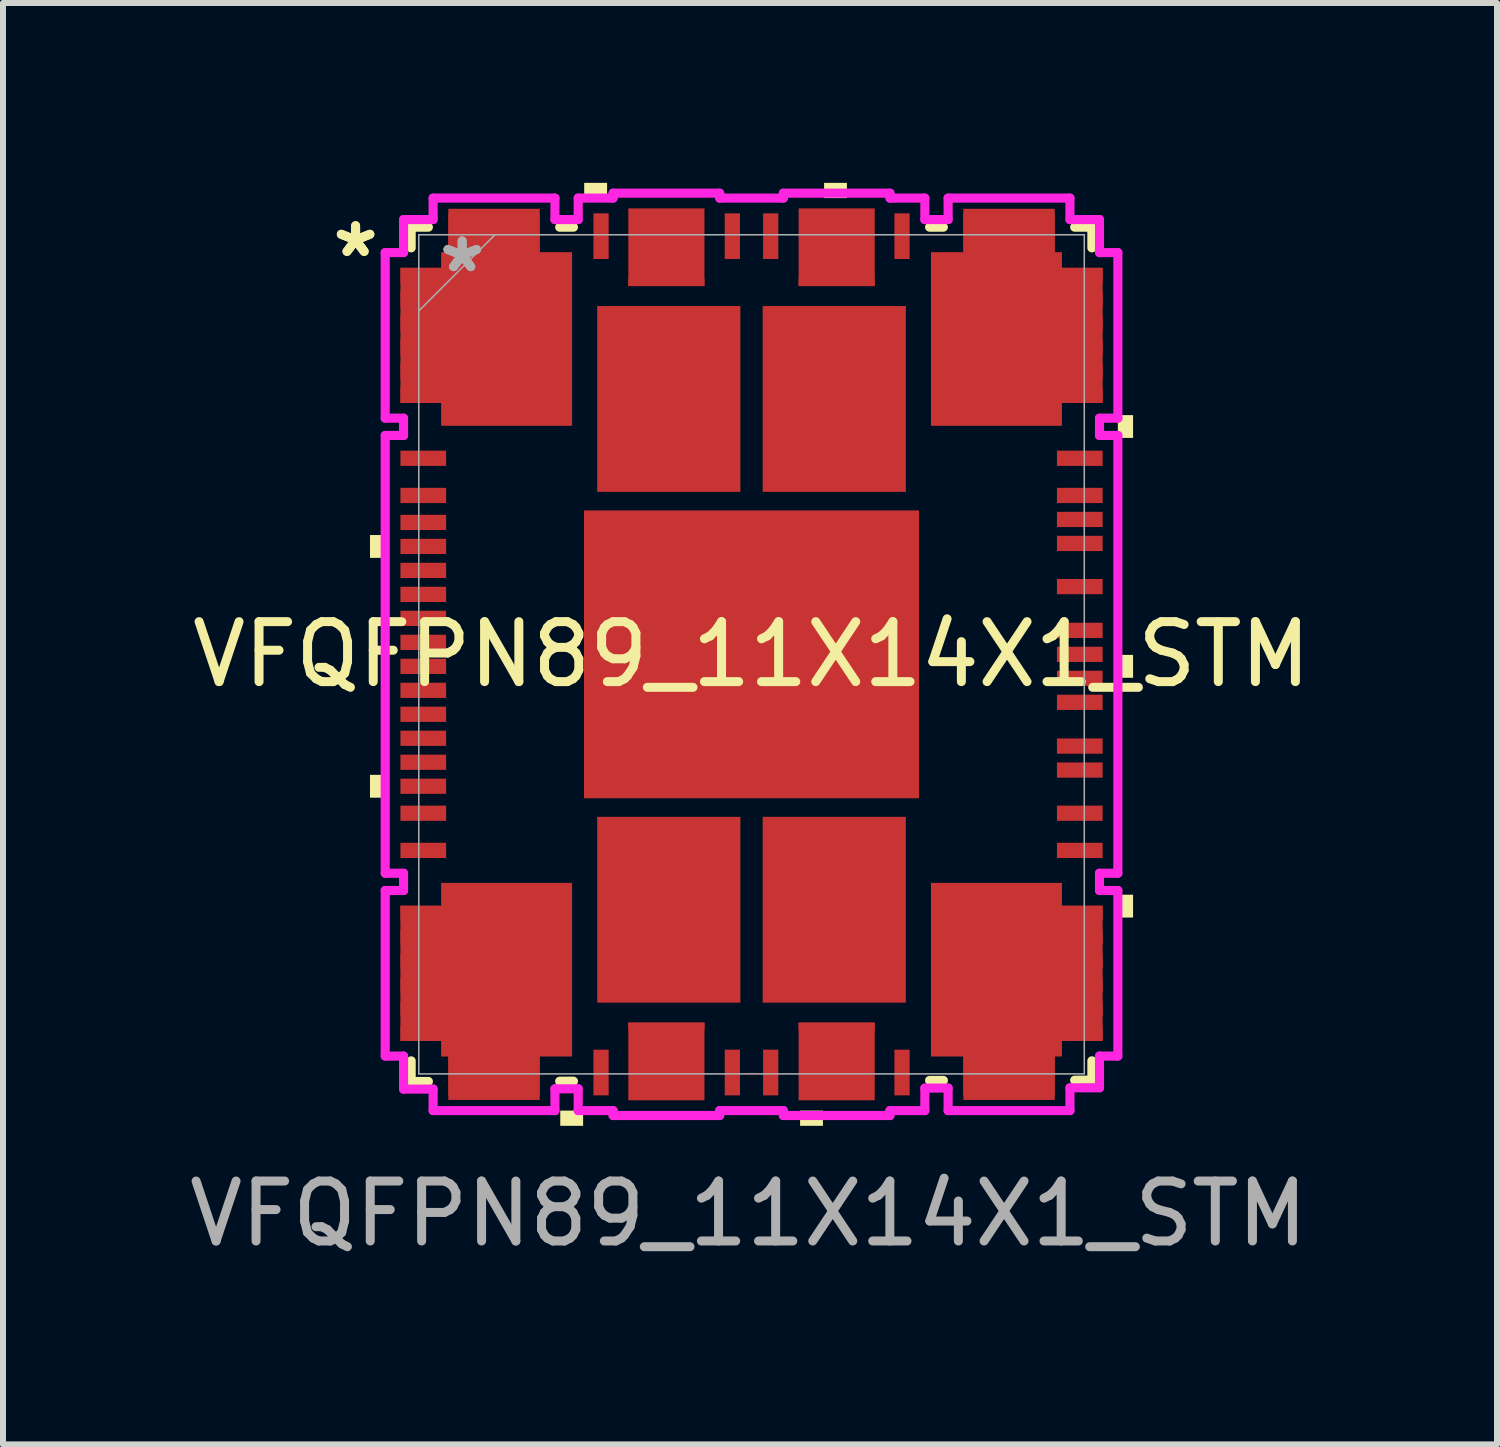
<source format=kicad_pcb>
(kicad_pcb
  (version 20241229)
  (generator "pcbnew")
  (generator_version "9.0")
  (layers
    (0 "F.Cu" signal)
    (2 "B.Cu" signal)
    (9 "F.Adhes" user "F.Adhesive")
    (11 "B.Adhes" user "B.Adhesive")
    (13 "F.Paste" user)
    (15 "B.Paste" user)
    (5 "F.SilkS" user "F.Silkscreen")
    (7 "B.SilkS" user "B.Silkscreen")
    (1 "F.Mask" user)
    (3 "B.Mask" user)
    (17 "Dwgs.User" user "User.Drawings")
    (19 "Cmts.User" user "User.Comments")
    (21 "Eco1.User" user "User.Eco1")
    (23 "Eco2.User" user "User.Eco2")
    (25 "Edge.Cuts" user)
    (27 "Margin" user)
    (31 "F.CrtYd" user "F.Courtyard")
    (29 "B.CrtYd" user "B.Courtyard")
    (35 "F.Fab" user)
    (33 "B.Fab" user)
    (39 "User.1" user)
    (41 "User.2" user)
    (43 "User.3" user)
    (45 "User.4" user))
  (footprint "VFQFPN89_11X14X1_STM"
    (layer "F.Cu")
    (at 9.485 7.864)
    (property "Reference" "VFQFPN89_11X14X1_STM" (at 0 0 0) (unlocked yes) (layer "F.SilkS") (effects (font (size 1 1) (thickness 0.15))))
    (attr smd)
    (fp_poly (pts (xy -0.785 -6.142) (xy -2.055 -6.142) (xy -2.055 -7.438) (xy -0.785 -7.438)) (stroke (width 0) (type solid)) (fill yes) (layer "F.Cu"))
    (fp_poly (pts (xy -0.785 6.142) (xy -2.055 6.142) (xy -2.055 7.438) (xy -0.785 7.438)) (stroke (width 0) (type solid)) (fill yes) (layer "F.Cu"))
    (fp_poly (pts (xy 0.785 -6.142) (xy 2.055 -6.142) (xy 2.055 -7.438) (xy 0.785 -7.438)) (stroke (width 0) (type solid)) (fill yes) (layer "F.Cu"))
    (fp_poly (pts (xy 0.785 6.142) (xy 2.055 6.142) (xy 2.055 7.438) (xy 0.785 7.438)) (stroke (width 0) (type solid)) (fill yes) (layer "F.Cu"))
    (fp_poly (pts (xy -5.057 -7.432) (xy -5.057 -6.708) (xy -5.177 -6.708) (xy -5.177 -6.447) (xy -5.856 -6.447) (xy -5.856 -4.193) (xy -5.177 -4.193) (xy -5.177 -3.812) (xy -2.993 -3.812) (xy -2.993 -6.708) (xy -3.533 -6.708) (xy -3.533 -7.432)) (stroke (width 0) (type solid)) (fill yes) (layer "F.Cu"))
    (fp_poly (pts (xy -5.057 7.432) (xy -5.057 6.708) (xy -5.177 6.708) (xy -5.177 6.447) (xy -5.856 6.447) (xy -5.856 4.193) (xy -5.177 4.193) (xy -5.177 3.812) (xy -2.993 3.812) (xy -2.993 6.708) (xy -3.533 6.708) (xy -3.533 7.432)) (stroke (width 0) (type solid)) (fill yes) (layer "F.Cu"))
    (fp_poly (pts (xy 5.057 -7.432) (xy 5.057 -6.708) (xy 5.177 -6.708) (xy 5.177 -6.447) (xy 5.856 -6.447) (xy 5.856 -4.193) (xy 5.177 -4.193) (xy 5.177 -3.812) (xy 2.993 -3.812) (xy 2.993 -6.708) (xy 3.533 -6.708) (xy 3.533 -7.432)) (stroke (width 0) (type solid)) (fill yes) (layer "F.Cu"))
    (fp_poly (pts (xy 5.057 7.432) (xy 5.057 6.708) (xy 5.177 6.708) (xy 5.177 6.447) (xy 5.856 6.447) (xy 5.856 4.193) (xy 5.177 4.193) (xy 5.177 3.812) (xy 2.993 3.812) (xy 2.993 6.708) (xy 3.533 6.708) (xy 3.533 7.432)) (stroke (width 0) (type solid)) (fill yes) (layer "F.Cu"))
    (fp_line (start -5.677 -7.125) (end -5.39 -7.125) (stroke (width 0.152) (type solid)) (layer "F.SilkS"))
    (fp_line (start -5.677 -6.78) (end -5.677 -7.125) (stroke (width 0.152) (type solid)) (layer "F.SilkS"))
    (fp_line (start -5.677 7.125) (end -5.677 6.78) (stroke (width 0.152) (type solid)) (layer "F.SilkS"))
    (fp_line (start -5.39 7.124) (end -5.677 7.125) (stroke (width 0.152) (type solid)) (layer "F.SilkS"))
    (fp_line (start -3.2 -7.125) (end -2.97 -7.125) (stroke (width 0.152) (type solid)) (layer "F.SilkS"))
    (fp_line (start -2.97 7.119) (end -3.2 7.12) (stroke (width 0.152) (type solid)) (layer "F.SilkS"))
    (fp_line (start 2.97 -7.125) (end 3.2 -7.125) (stroke (width 0.152) (type solid)) (layer "F.SilkS"))
    (fp_line (start 3.2 7.107) (end 2.97 7.107) (stroke (width 0.152) (type solid)) (layer "F.SilkS"))
    (fp_line (start 5.39 -7.125) (end 5.677 -7.125) (stroke (width 0.152) (type solid)) (layer "F.SilkS"))
    (fp_line (start 5.677 -7.125) (end 5.677 -6.78) (stroke (width 0.152) (type solid)) (layer "F.SilkS"))
    (fp_line (start 5.677 6.78) (end 5.677 7.102) (stroke (width 0.152) (type solid)) (layer "F.SilkS"))
    (fp_line (start 5.677 7.102) (end 5.39 7.103) (stroke (width 0.152) (type solid)) (layer "F.SilkS"))
    (fp_poly (pts (xy -6.364 -1.99) (xy -6.364 -1.609) (xy -6.11 -1.609) (xy -6.11 -1.99)) (stroke (width 0) (type solid)) (fill yes) (layer "F.SilkS"))
    (fp_poly (pts (xy -6.364 2.01) (xy -6.364 2.391) (xy -6.11 2.391) (xy -6.11 2.01)) (stroke (width 0) (type solid)) (fill yes) (layer "F.SilkS"))
    (fp_poly (pts (xy -3.19 7.61) (xy -3.19 7.864) (xy -2.809 7.864) (xy -2.809 7.61)) (stroke (width 0) (type solid)) (fill yes) (layer "F.SilkS"))
    (fp_poly (pts (xy -2.791 -7.61) (xy -2.791 -7.864) (xy -2.409 -7.864) (xy -2.409 -7.61)) (stroke (width 0) (type solid)) (fill yes) (layer "F.SilkS"))
    (fp_poly (pts (xy 0.81 7.61) (xy 0.81 7.864) (xy 1.191 7.864) (xy 1.191 7.61)) (stroke (width 0) (type solid)) (fill yes) (layer "F.SilkS"))
    (fp_poly (pts (xy 1.21 -7.61) (xy 1.21 -7.864) (xy 1.591 -7.864) (xy 1.591 -7.61)) (stroke (width 0) (type solid)) (fill yes) (layer "F.SilkS"))
    (fp_poly (pts (xy 6.364 -3.99) (xy 6.364 -3.61) (xy 6.11 -3.61) (xy 6.11 -3.99)) (stroke (width 0) (type solid)) (fill yes) (layer "F.SilkS"))
    (fp_poly (pts (xy 6.364 0.009) (xy 6.364 0.391) (xy 6.11 0.391) (xy 6.11 0.009)) (stroke (width 0) (type solid)) (fill yes) (layer "F.SilkS"))
    (fp_poly (pts (xy 6.364 4.009) (xy 6.364 4.39) (xy 6.11 4.39) (xy 6.11 4.009)) (stroke (width 0) (type solid)) (fill yes) (layer "F.SilkS"))
    (fp_poly (pts (xy -2.694 -2.3) (xy -2.694 -0.9) (xy -1.497 -0.9) (xy -1.497 -2.3)) (stroke (width 0) (type solid)) (fill yes) (layer "F.Paste"))
    (fp_poly (pts (xy -2.694 -0.7) (xy -2.694 0.7) (xy -1.497 0.7) (xy -1.497 -0.7)) (stroke (width 0) (type solid)) (fill yes) (layer "F.Paste"))
    (fp_poly (pts (xy -2.694 0.9) (xy -2.694 2.3) (xy -1.497 2.3) (xy -1.497 0.9)) (stroke (width 0) (type solid)) (fill yes) (layer "F.Paste"))
    (fp_poly (pts (xy -1.297 -2.3) (xy -1.297 -0.9) (xy -0.1 -0.9) (xy -0.1 -2.3)) (stroke (width 0) (type solid)) (fill yes) (layer "F.Paste"))
    (fp_poly (pts (xy -1.297 -0.7) (xy -1.297 0.7) (xy -0.1 0.7) (xy -0.1 -0.7)) (stroke (width 0) (type solid)) (fill yes) (layer "F.Paste"))
    (fp_poly (pts (xy -1.297 0.9) (xy -1.297 2.3) (xy -0.1 2.3) (xy -0.1 0.9)) (stroke (width 0) (type solid)) (fill yes) (layer "F.Paste"))
    (fp_poly (pts (xy 0.1 -2.3) (xy 0.1 -0.9) (xy 1.297 -0.9) (xy 1.297 -2.3)) (stroke (width 0) (type solid)) (fill yes) (layer "F.Paste"))
    (fp_poly (pts (xy 0.1 -0.7) (xy 0.1 0.7) (xy 1.297 0.7) (xy 1.297 -0.7)) (stroke (width 0) (type solid)) (fill yes) (layer "F.Paste"))
    (fp_poly (pts (xy 0.1 0.9) (xy 0.1 2.3) (xy 1.297 2.3) (xy 1.297 0.9)) (stroke (width 0) (type solid)) (fill yes) (layer "F.Paste"))
    (fp_poly (pts (xy 1.497 -2.3) (xy 1.497 -0.9) (xy 2.694 -0.9) (xy 2.694 -2.3)) (stroke (width 0) (type solid)) (fill yes) (layer "F.Paste"))
    (fp_poly (pts (xy 1.497 -0.7) (xy 1.497 0.7) (xy 2.694 0.7) (xy 2.694 -0.7)) (stroke (width 0) (type solid)) (fill yes) (layer "F.Paste"))
    (fp_poly (pts (xy 1.497 0.9) (xy 1.497 2.3) (xy 2.694 2.3) (xy 2.694 0.9)) (stroke (width 0) (type solid)) (fill yes) (layer "F.Paste"))
    (fp_line (start -6.11 -6.701) (end -6.11 -3.939) (stroke (width 0.152) (type solid)) (layer "F.CrtYd"))
    (fp_line (start -6.11 -3.939) (end -5.804 -3.939) (stroke (width 0.152) (type solid)) (layer "F.CrtYd"))
    (fp_line (start -6.11 -3.651) (end -6.11 3.651) (stroke (width 0.152) (type solid)) (layer "F.CrtYd"))
    (fp_line (start -6.11 3.651) (end -5.804 3.651) (stroke (width 0.152) (type solid)) (layer "F.CrtYd"))
    (fp_line (start -6.11 3.939) (end -6.11 6.701) (stroke (width 0.152) (type solid)) (layer "F.CrtYd"))
    (fp_line (start -6.11 6.701) (end -5.804 6.701) (stroke (width 0.152) (type solid)) (layer "F.CrtYd"))
    (fp_line (start -5.804 -7.252) (end -5.804 -6.701) (stroke (width 0.152) (type solid)) (layer "F.CrtYd"))
    (fp_line (start -5.804 -6.701) (end -6.11 -6.701) (stroke (width 0.152) (type solid)) (layer "F.CrtYd"))
    (fp_line (start -5.804 -3.939) (end -5.804 -3.651) (stroke (width 0.152) (type solid)) (layer "F.CrtYd"))
    (fp_line (start -5.804 -3.651) (end -6.11 -3.651) (stroke (width 0.152) (type solid)) (layer "F.CrtYd"))
    (fp_line (start -5.804 3.651) (end -5.804 3.939) (stroke (width 0.152) (type solid)) (layer "F.CrtYd"))
    (fp_line (start -5.804 3.939) (end -6.11 3.939) (stroke (width 0.152) (type solid)) (layer "F.CrtYd"))
    (fp_line (start -5.804 6.701) (end -5.804 7.252) (stroke (width 0.152) (type solid)) (layer "F.CrtYd"))
    (fp_line (start -5.804 7.252) (end -5.311 7.251) (stroke (width 0.152) (type solid)) (layer "F.CrtYd"))
    (fp_line (start -5.311 -7.61) (end -5.311 -7.252) (stroke (width 0.152) (type solid)) (layer "F.CrtYd"))
    (fp_line (start -5.311 -7.252) (end -5.804 -7.252) (stroke (width 0.152) (type solid)) (layer "F.CrtYd"))
    (fp_line (start -5.311 7.251) (end -5.311 7.61) (stroke (width 0.152) (type solid)) (layer "F.CrtYd"))
    (fp_line (start -5.311 7.61) (end -3.279 7.61) (stroke (width 0.152) (type solid)) (layer "F.CrtYd"))
    (fp_line (start -3.279 -7.61) (end -5.311 -7.61) (stroke (width 0.152) (type solid)) (layer "F.CrtYd"))
    (fp_line (start -3.279 -7.252) (end -3.279 -7.61) (stroke (width 0.152) (type solid)) (layer "F.CrtYd"))
    (fp_line (start -3.279 7.247) (end -2.891 7.246) (stroke (width 0.152) (type solid)) (layer "F.CrtYd"))
    (fp_line (start -3.279 7.61) (end -3.279 7.247) (stroke (width 0.152) (type solid)) (layer "F.CrtYd"))
    (fp_line (start -2.891 -7.61) (end -2.891 -7.252) (stroke (width 0.152) (type solid)) (layer "F.CrtYd"))
    (fp_line (start -2.891 -7.252) (end -3.279 -7.252) (stroke (width 0.152) (type solid)) (layer "F.CrtYd"))
    (fp_line (start -2.891 7.246) (end -2.891 7.61) (stroke (width 0.152) (type solid)) (layer "F.CrtYd"))
    (fp_line (start -2.891 7.61) (end -2.309 7.61) (stroke (width 0.152) (type solid)) (layer "F.CrtYd"))
    (fp_line (start -2.309 -7.692) (end -2.309 -7.61) (stroke (width 0.152) (type solid)) (layer "F.CrtYd"))
    (fp_line (start -2.309 -7.61) (end -2.891 -7.61) (stroke (width 0.152) (type solid)) (layer "F.CrtYd"))
    (fp_line (start -2.309 7.61) (end -2.309 7.692) (stroke (width 0.152) (type solid)) (layer "F.CrtYd"))
    (fp_line (start -2.309 7.692) (end -0.531 7.692) (stroke (width 0.152) (type solid)) (layer "F.CrtYd"))
    (fp_line (start -0.531 -7.692) (end -2.309 -7.692) (stroke (width 0.152) (type solid)) (layer "F.CrtYd"))
    (fp_line (start -0.531 -7.61) (end -0.531 -7.692) (stroke (width 0.152) (type solid)) (layer "F.CrtYd"))
    (fp_line (start -0.531 7.61) (end 0.531 7.61) (stroke (width 0.152) (type solid)) (layer "F.CrtYd"))
    (fp_line (start -0.531 7.692) (end -0.531 7.61) (stroke (width 0.152) (type solid)) (layer "F.CrtYd"))
    (fp_line (start 0.531 -7.692) (end 0.531 -7.61) (stroke (width 0.152) (type solid)) (layer "F.CrtYd"))
    (fp_line (start 0.531 -7.61) (end -0.531 -7.61) (stroke (width 0.152) (type solid)) (layer "F.CrtYd"))
    (fp_line (start 0.531 7.61) (end 0.531 7.692) (stroke (width 0.152) (type solid)) (layer "F.CrtYd"))
    (fp_line (start 0.531 7.692) (end 2.309 7.692) (stroke (width 0.152) (type solid)) (layer "F.CrtYd"))
    (fp_line (start 2.309 -7.692) (end 0.531 -7.692) (stroke (width 0.152) (type solid)) (layer "F.CrtYd"))
    (fp_line (start 2.309 -7.61) (end 2.309 -7.692) (stroke (width 0.152) (type solid)) (layer "F.CrtYd"))
    (fp_line (start 2.309 7.61) (end 2.891 7.61) (stroke (width 0.152) (type solid)) (layer "F.CrtYd"))
    (fp_line (start 2.309 7.692) (end 2.309 7.61) (stroke (width 0.152) (type solid)) (layer "F.CrtYd"))
    (fp_line (start 2.891 -7.61) (end 2.309 -7.61) (stroke (width 0.152) (type solid)) (layer "F.CrtYd"))
    (fp_line (start 2.891 -7.252) (end 2.891 -7.61) (stroke (width 0.152) (type solid)) (layer "F.CrtYd"))
    (fp_line (start 2.891 7.235) (end 3.279 7.234) (stroke (width 0.152) (type solid)) (layer "F.CrtYd"))
    (fp_line (start 2.891 7.61) (end 2.891 7.235) (stroke (width 0.152) (type solid)) (layer "F.CrtYd"))
    (fp_line (start 3.279 -7.61) (end 3.279 -7.252) (stroke (width 0.152) (type solid)) (layer "F.CrtYd"))
    (fp_line (start 3.279 -7.252) (end 2.891 -7.252) (stroke (width 0.152) (type solid)) (layer "F.CrtYd"))
    (fp_line (start 3.279 7.234) (end 3.279 7.61) (stroke (width 0.152) (type solid)) (layer "F.CrtYd"))
    (fp_line (start 3.279 7.61) (end 5.311 7.61) (stroke (width 0.152) (type solid)) (layer "F.CrtYd"))
    (fp_line (start 5.311 -7.61) (end 3.279 -7.61) (stroke (width 0.152) (type solid)) (layer "F.CrtYd"))
    (fp_line (start 5.311 -7.252) (end 5.311 -7.61) (stroke (width 0.152) (type solid)) (layer "F.CrtYd"))
    (fp_line (start 5.311 7.23) (end 5.804 7.229) (stroke (width 0.152) (type solid)) (layer "F.CrtYd"))
    (fp_line (start 5.311 7.61) (end 5.311 7.23) (stroke (width 0.152) (type solid)) (layer "F.CrtYd"))
    (fp_line (start 5.804 -7.252) (end 5.311 -7.252) (stroke (width 0.152) (type solid)) (layer "F.CrtYd"))
    (fp_line (start 5.804 -6.701) (end 5.804 -7.252) (stroke (width 0.152) (type solid)) (layer "F.CrtYd"))
    (fp_line (start 5.804 -3.939) (end 6.11 -3.939) (stroke (width 0.152) (type solid)) (layer "F.CrtYd"))
    (fp_line (start 5.804 -3.651) (end 5.804 -3.939) (stroke (width 0.152) (type solid)) (layer "F.CrtYd"))
    (fp_line (start 5.804 3.651) (end 6.11 3.651) (stroke (width 0.152) (type solid)) (layer "F.CrtYd"))
    (fp_line (start 5.804 3.939) (end 5.804 3.651) (stroke (width 0.152) (type solid)) (layer "F.CrtYd"))
    (fp_line (start 5.804 6.701) (end 6.11 6.701) (stroke (width 0.152) (type solid)) (layer "F.CrtYd"))
    (fp_line (start 5.804 7.229) (end 5.804 6.701) (stroke (width 0.152) (type solid)) (layer "F.CrtYd"))
    (fp_line (start 6.11 -6.701) (end 5.804 -6.701) (stroke (width 0.152) (type solid)) (layer "F.CrtYd"))
    (fp_line (start 6.11 -3.939) (end 6.11 -6.701) (stroke (width 0.152) (type solid)) (layer "F.CrtYd"))
    (fp_line (start 6.11 -3.651) (end 5.804 -3.651) (stroke (width 0.152) (type solid)) (layer "F.CrtYd"))
    (fp_line (start 6.11 3.651) (end 6.11 -3.651) (stroke (width 0.152) (type solid)) (layer "F.CrtYd"))
    (fp_line (start 6.11 3.939) (end 5.804 3.939) (stroke (width 0.152) (type solid)) (layer "F.CrtYd"))
    (fp_line (start 6.11 6.701) (end 6.11 3.939) (stroke (width 0.152) (type solid)) (layer "F.CrtYd"))
    (fp_line (start -5.55 -6.998) (end -5.55 6.998) (stroke (width 0.025) (type solid)) (layer "F.Fab"))
    (fp_line (start -5.55 -5.728) (end -4.28 -6.998) (stroke (width 0.025) (type solid)) (layer "F.Fab"))
    (fp_line (start -5.55 6.998) (end 5.55 6.998) (stroke (width 0.025) (type solid)) (layer "F.Fab"))
    (fp_line (start 5.55 -6.998) (end -5.55 -6.998) (stroke (width 0.025) (type solid)) (layer "F.Fab"))
    (fp_line (start 5.55 6.998) (end 5.55 -6.998) (stroke (width 0.025) (type solid)) (layer "F.Fab"))
    (fp_text user "*" (at -6.604 -6.604 0) (unlocked yes) (layer "F.SilkS") (effects (font (size 1 1) (thickness 0.15))))
    (fp_text user "*" (at -6.604 -6.604 0) (layer "F.SilkS") (effects (font (size 1 1) (thickness 0.15))))
    (fp_text user "*" (at -4.826 -6.35 0) (layer "F.Fab") (effects (font (size 1 1) (thickness 0.15))))
    (fp_text user "*" (at -4.826 -6.35 0) (unlocked yes) (layer "F.Fab") (effects (font (size 1 1) (thickness 0.15))))
    (fp_text user "${REFERENCE}" (at -0.05 9.33 0) (unlocked yes) (layer "F.Fab") (effects (font (size 1 1) (thickness 0.15))))
    (pad "1" smd rect (at -5.475 -6.32 90) (size 0.254 0.762) (layers "F.Cu" "F.Mask" "F.Paste"))
    (pad "2" smd rect (at -5.475 -5.92 90) (size 0.254 0.762) (layers "F.Cu" "F.Mask" "F.Paste"))
    (pad "3" smd rect (at -5.475 -5.52 90) (size 0.254 0.762) (layers "F.Cu" "F.Mask" "F.Paste"))
    (pad "4" smd rect (at -5.475 -5.12 90) (size 0.254 0.762) (layers "F.Cu" "F.Mask" "F.Paste"))
    (pad "5" smd rect (at -5.475 -4.72 90) (size 0.254 0.762) (layers "F.Cu" "F.Mask" "F.Paste"))
    (pad "6" smd rect (at -5.475 -4.32 90) (size 0.254 0.762) (layers "F.Cu" "F.Mask" "F.Paste"))
    (pad "7" smd rect (at -5.475 -3.27 90) (size 0.254 0.762) (layers "F.Cu" "F.Mask" "F.Paste"))
    (pad "8" smd rect (at -5.475 -2.65 90) (size 0.254 0.762) (layers "F.Cu" "F.Mask" "F.Paste"))
    (pad "9" smd rect (at -5.475 -2.2 90) (size 0.254 0.762) (layers "F.Cu" "F.Mask" "F.Paste"))
    (pad "10" smd rect (at -5.475 -1.8 90) (size 0.254 0.762) (layers "F.Cu" "F.Mask" "F.Paste"))
    (pad "11" smd rect (at -5.475 -1.4 90) (size 0.254 0.762) (layers "F.Cu" "F.Mask" "F.Paste"))
    (pad "12" smd rect (at -5.475 -1 90) (size 0.254 0.762) (layers "F.Cu" "F.Mask" "F.Paste"))
    (pad "13" smd rect (at -5.475 -0.6 90) (size 0.254 0.762) (layers "F.Cu" "F.Mask" "F.Paste"))
    (pad "14" smd rect (at -5.475 -0.2 90) (size 0.254 0.762) (layers "F.Cu" "F.Mask" "F.Paste"))
    (pad "15" smd rect (at -5.475 0.2 90) (size 0.254 0.762) (layers "F.Cu" "F.Mask" "F.Paste"))
    (pad "16" smd rect (at -5.475 0.6 90) (size 0.254 0.762) (layers "F.Cu" "F.Mask" "F.Paste"))
    (pad "17" smd rect (at -5.475 1 90) (size 0.254 0.762) (layers "F.Cu" "F.Mask" "F.Paste"))
    (pad "18" smd rect (at -5.475 1.4 90) (size 0.254 0.762) (layers "F.Cu" "F.Mask" "F.Paste"))
    (pad "19" smd rect (at -5.475 1.8 90) (size 0.254 0.762) (layers "F.Cu" "F.Mask" "F.Paste"))
    (pad "20" smd rect (at -5.475 2.2 90) (size 0.254 0.762) (layers "F.Cu" "F.Mask" "F.Paste"))
    (pad "21" smd rect (at -5.475 2.65 90) (size 0.254 0.762) (layers "F.Cu" "F.Mask" "F.Paste"))
    (pad "22" smd rect (at -5.475 3.27 90) (size 0.254 0.762) (layers "F.Cu" "F.Mask" "F.Paste"))
    (pad "23" smd rect (at -5.475 4.32 90) (size 0.254 0.762) (layers "F.Cu" "F.Mask" "F.Paste"))
    (pad "24" smd rect (at -5.475 4.72 90) (size 0.254 0.762) (layers "F.Cu" "F.Mask" "F.Paste"))
    (pad "25" smd rect (at -5.475 5.12 90) (size 0.254 0.762) (layers "F.Cu" "F.Mask" "F.Paste"))
    (pad "26" smd rect (at -5.475 5.52 90) (size 0.254 0.762) (layers "F.Cu" "F.Mask" "F.Paste"))
    (pad "27" smd rect (at -5.475 5.92 90) (size 0.254 0.762) (layers "F.Cu" "F.Mask" "F.Paste"))
    (pad "28" smd rect (at -5.475 6.32 90) (size 0.254 0.762) (layers "F.Cu" "F.Mask" "F.Paste"))
    (pad "29" smd rect (at -4.93 6.975) (size 0.254 0.762) (layers "F.Cu" "F.Mask" "F.Paste"))
    (pad "30" smd rect (at -4.46 6.975) (size 0.254 0.762) (layers "F.Cu" "F.Mask" "F.Paste"))
    (pad "31" smd rect (at -4.06 6.975) (size 0.254 0.762) (layers "F.Cu" "F.Mask" "F.Paste"))
    (pad "32" smd rect (at -3.66 6.975) (size 0.254 0.762) (layers "F.Cu" "F.Mask" "F.Paste"))
    (pad "33" smd rect (at -2.51 6.975) (size 0.254 0.762) (layers "F.Cu" "F.Mask" "F.Paste"))
    (pad "34" smd rect (at -1.82 6.975) (size 0.254 0.762) (layers "F.Cu" "F.Mask" "F.Paste"))
    (pad "35" smd rect (at -1.42 6.975) (size 0.254 0.762) (layers "F.Cu" "F.Mask" "F.Paste"))
    (pad "36" smd rect (at -1.01 6.975) (size 0.254 0.762) (layers "F.Cu" "F.Mask" "F.Paste"))
    (pad "37" smd rect (at -0.32 6.975) (size 0.254 0.762) (layers "F.Cu" "F.Mask" "F.Paste"))
    (pad "38" smd rect (at 0.32 6.975) (size 0.254 0.762) (layers "F.Cu" "F.Mask" "F.Paste"))
    (pad "39" smd rect (at 1.01 6.975) (size 0.254 0.762) (layers "F.Cu" "F.Mask" "F.Paste"))
    (pad "40" smd rect (at 1.42 6.975) (size 0.254 0.762) (layers "F.Cu" "F.Mask" "F.Paste"))
    (pad "41" smd rect (at 1.82 6.975) (size 0.254 0.762) (layers "F.Cu" "F.Mask" "F.Paste"))
    (pad "42" smd rect (at 2.51 6.975) (size 0.254 0.762) (layers "F.Cu" "F.Mask" "F.Paste"))
    (pad "43" smd rect (at 3.66 6.975) (size 0.254 0.762) (layers "F.Cu" "F.Mask" "F.Paste"))
    (pad "44" smd rect (at 4.06 6.975) (size 0.254 0.762) (layers "F.Cu" "F.Mask" "F.Paste"))
    (pad "45" smd rect (at 4.46 6.975) (size 0.254 0.762) (layers "F.Cu" "F.Mask" "F.Paste"))
    (pad "46" smd rect (at 4.93 6.975) (size 0.254 0.762) (layers "F.Cu" "F.Mask" "F.Paste"))
    (pad "47" smd rect (at 5.475 6.32 90) (size 0.254 0.762) (layers "F.Cu" "F.Mask" "F.Paste"))
    (pad "48" smd rect (at 5.475 5.92 90) (size 0.254 0.762) (layers "F.Cu" "F.Mask" "F.Paste"))
    (pad "49" smd rect (at 5.475 5.52 90) (size 0.254 0.762) (layers "F.Cu" "F.Mask" "F.Paste"))
    (pad "50" smd rect (at 5.475 5.12 90) (size 0.254 0.762) (layers "F.Cu" "F.Mask" "F.Paste"))
    (pad "51" smd rect (at 5.475 4.72 90) (size 0.254 0.762) (layers "F.Cu" "F.Mask" "F.Paste"))
    (pad "52" smd rect (at 5.475 4.32 90) (size 0.254 0.762) (layers "F.Cu" "F.Mask" "F.Paste"))
    (pad "53" smd rect (at 5.475 3.27 90) (size 0.254 0.762) (layers "F.Cu" "F.Mask" "F.Paste"))
    (pad "54" smd rect (at 5.475 2.65 90) (size 0.254 0.762) (layers "F.Cu" "F.Mask" "F.Paste"))
    (pad "55" smd rect (at 5.475 1.93 90) (size 0.254 0.762) (layers "F.Cu" "F.Mask" "F.Paste"))
    (pad "56" smd rect (at 5.475 1.53 90) (size 0.254 0.762) (layers "F.Cu" "F.Mask" "F.Paste"))
    (pad "57" smd rect (at 5.475 0.8 90) (size 0.254 0.762) (layers "F.Cu" "F.Mask" "F.Paste"))
    (pad "58" smd rect (at 5.475 0.4 90) (size 0.254 0.762) (layers "F.Cu" "F.Mask" "F.Paste"))
    (pad "59" smd rect (at 5.475 0 90) (size 0.254 0.762) (layers "F.Cu" "F.Mask" "F.Paste"))
    (pad "60" smd rect (at 5.475 -0.4 90) (size 0.254 0.762) (layers "F.Cu" "F.Mask" "F.Paste"))
    (pad "61" smd rect (at 5.475 -1.13 90) (size 0.254 0.762) (layers "F.Cu" "F.Mask" "F.Paste"))
    (pad "62" smd rect (at 5.475 -1.85 90) (size 0.254 0.762) (layers "F.Cu" "F.Mask" "F.Paste"))
    (pad "63" smd rect (at 5.475 -2.25 90) (size 0.254 0.762) (layers "F.Cu" "F.Mask" "F.Paste"))
    (pad "64" smd rect (at 5.475 -2.65 90) (size 0.254 0.762) (layers "F.Cu" "F.Mask" "F.Paste"))
    (pad "65" smd rect (at 5.475 -3.27 90) (size 0.254 0.762) (layers "F.Cu" "F.Mask" "F.Paste"))
    (pad "66" smd rect (at 5.475 -4.32 90) (size 0.254 0.762) (layers "F.Cu" "F.Mask" "F.Paste"))
    (pad "67" smd rect (at 5.475 -4.72 90) (size 0.254 0.762) (layers "F.Cu" "F.Mask" "F.Paste"))
    (pad "68" smd rect (at 5.475 -5.12 90) (size 0.254 0.762) (layers "F.Cu" "F.Mask" "F.Paste"))
    (pad "69" smd rect (at 5.475 -5.52 90) (size 0.254 0.762) (layers "F.Cu" "F.Mask" "F.Paste"))
    (pad "70" smd rect (at 5.475 -5.92 90) (size 0.254 0.762) (layers "F.Cu" "F.Mask" "F.Paste"))
    (pad "71" smd rect (at 5.475 -6.32 90) (size 0.254 0.762) (layers "F.Cu" "F.Mask" "F.Paste"))
    (pad "72" smd rect (at 4.93 -6.975) (size 0.254 0.762) (layers "F.Cu" "F.Mask" "F.Paste"))
    (pad "73" smd rect (at 4.46 -6.975) (size 0.254 0.762) (layers "F.Cu" "F.Mask" "F.Paste"))
    (pad "74" smd rect (at 4.06 -6.975) (size 0.254 0.762) (layers "F.Cu" "F.Mask" "F.Paste"))
    (pad "75" smd rect (at 3.66 -6.975) (size 0.254 0.762) (layers "F.Cu" "F.Mask" "F.Paste"))
    (pad "76" smd rect (at 2.51 -6.975) (size 0.254 0.762) (layers "F.Cu" "F.Mask" "F.Paste"))
    (pad "77" smd rect (at 1.82 -6.975) (size 0.254 0.762) (layers "F.Cu" "F.Mask" "F.Paste"))
    (pad "78" smd rect (at 1.42 -6.975) (size 0.254 0.762) (layers "F.Cu" "F.Mask" "F.Paste"))
    (pad "79" smd rect (at 1.01 -6.975) (size 0.254 0.762) (layers "F.Cu" "F.Mask" "F.Paste"))
    (pad "80" smd rect (at 0.32 -6.975) (size 0.254 0.762) (layers "F.Cu" "F.Mask" "F.Paste"))
    (pad "81" smd rect (at -0.32 -6.975) (size 0.254 0.762) (layers "F.Cu" "F.Mask" "F.Paste"))
    (pad "82" smd rect (at -1.01 -6.975) (size 0.254 0.762) (layers "F.Cu" "F.Mask" "F.Paste"))
    (pad "83" smd rect (at -1.42 -6.975) (size 0.254 0.762) (layers "F.Cu" "F.Mask" "F.Paste"))
    (pad "84" smd rect (at -1.82 -6.975) (size 0.254 0.762) (layers "F.Cu" "F.Mask" "F.Paste"))
    (pad "85" smd rect (at -2.51 -6.975) (size 0.254 0.762) (layers "F.Cu" "F.Mask" "F.Paste"))
    (pad "86" smd rect (at -3.66 -6.975) (size 0.254 0.762) (layers "F.Cu" "F.Mask" "F.Paste"))
    (pad "87" smd rect (at -4.06 -6.975) (size 0.254 0.762) (layers "F.Cu" "F.Mask" "F.Paste"))
    (pad "88" smd rect (at -4.46 -6.975) (size 0.254 0.762) (layers "F.Cu" "F.Mask" "F.Paste"))
    (pad "89" smd rect (at -4.93 -6.975) (size 0.254 0.762) (layers "F.Cu" "F.Mask" "F.Paste"))
    (pad "EPAD1" smd rect (at -4.085 -5.26) (size 0.127 0.127) (layers "F.Cu" "F.Mask" "F.Paste"))
    (pad "EPAD2" smd rect (at -4.085 5.26) (size 0.127 0.127) (layers "F.Cu" "F.Mask" "F.Paste"))
    (pad "EPAD3" smd rect (at -1.38 4.26) (size 2.388 3.099) (layers "F.Cu" "F.Mask" "F.Paste"))
    (pad "EPAD4" smd rect (at 1.38 4.26) (size 2.388 3.099) (layers "F.Cu" "F.Mask" "F.Paste"))
    (pad "EPAD5" smd rect (at 4.085 5.26) (size 0.127 0.127) (layers "F.Cu" "F.Mask" "F.Paste"))
    (pad "EPAD6" smd rect (at 4.085 -5.26) (size 0.127 0.127) (layers "F.Cu" "F.Mask" "F.Paste"))
    (pad "EPAD7" smd rect (at 1.38 -4.26) (size 2.388 3.099) (layers "F.Cu" "F.Mask" "F.Paste"))
    (pad "EPAD8" smd rect (at -1.38 -4.26) (size 2.388 3.099) (layers "F.Cu" "F.Mask" "F.Paste"))
    (pad "EPAD9" smd rect (at 0 0) (size 5.588 4.801) (layers "F.Cu" "F.Mask"))
    (pad "EPAD10" smd rect (at -1.42 6.206) (size 1.27 0.127) (layers "F.Cu" "F.Mask" "F.Paste"))
    (pad "EPAD11" smd rect (at 1.42 6.206) (size 1.27 0.127) (layers "F.Cu" "F.Mask" "F.Paste"))
    (pad "EPAD12" smd rect (at 1.42 -6.206) (size 1.27 0.127) (layers "F.Cu" "F.Mask" "F.Paste"))
    (pad "EPAD13" smd rect (at -1.42 -6.206) (size 1.27 0.127) (layers "F.Cu" "F.Mask" "F.Paste")))
  (gr_rect
    (start -3 -3)
    (end 21.919 21.042)
    (stroke (width 0.1) (type default))
    (fill no)
    (layer "Edge.Cuts")))
</source>
